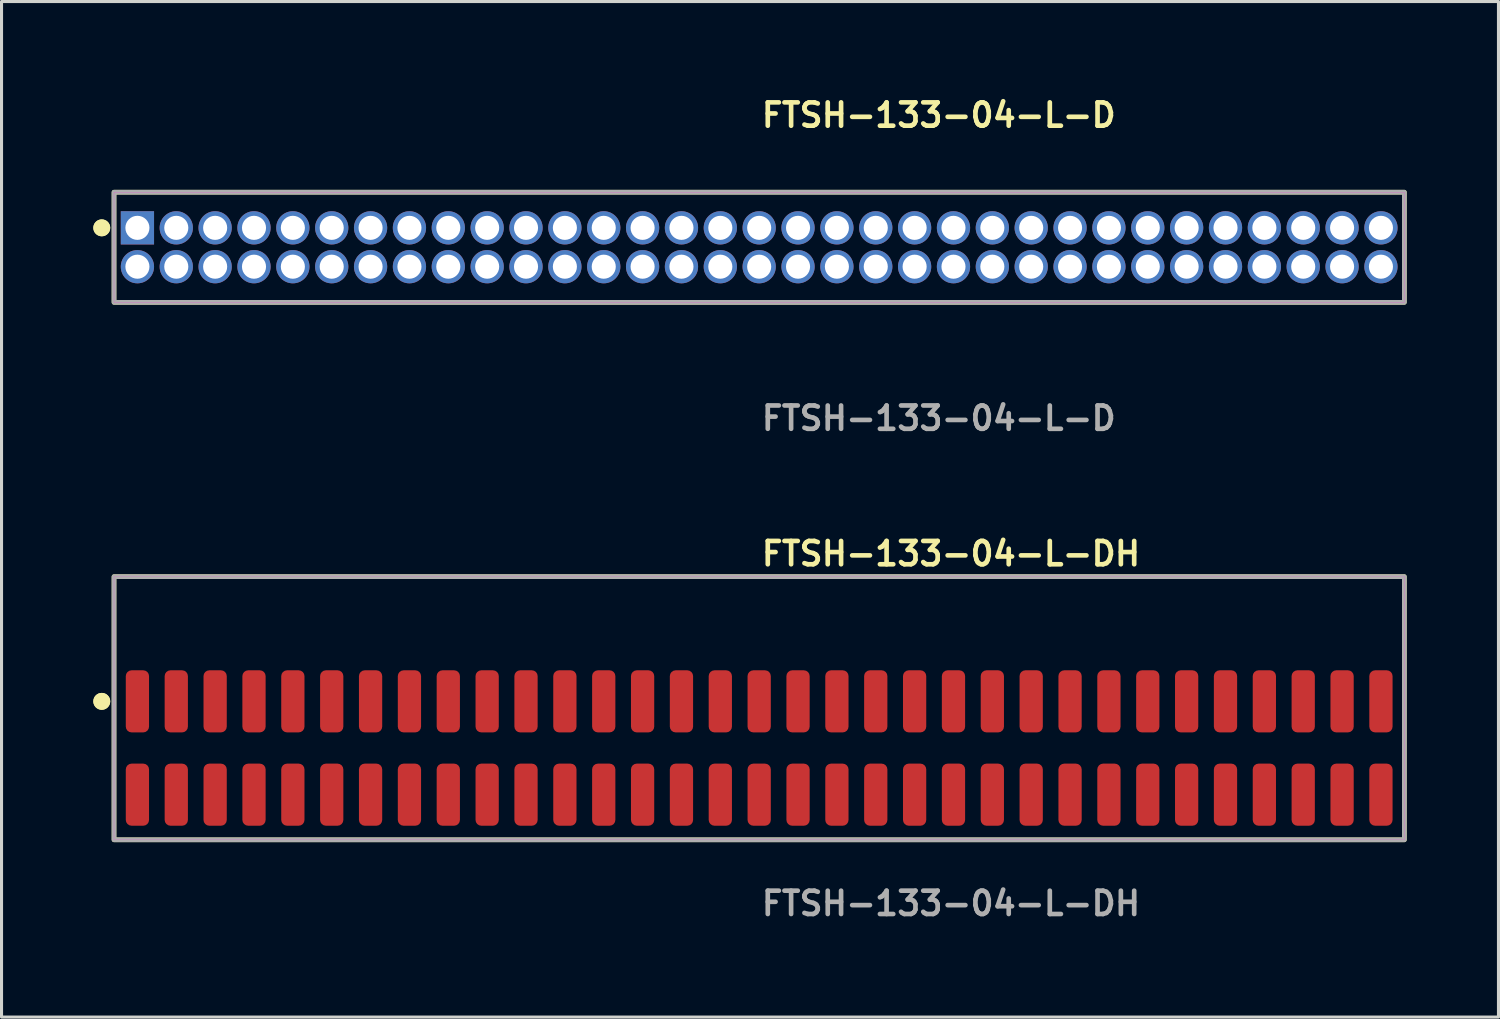
<source format=kicad_pcb>
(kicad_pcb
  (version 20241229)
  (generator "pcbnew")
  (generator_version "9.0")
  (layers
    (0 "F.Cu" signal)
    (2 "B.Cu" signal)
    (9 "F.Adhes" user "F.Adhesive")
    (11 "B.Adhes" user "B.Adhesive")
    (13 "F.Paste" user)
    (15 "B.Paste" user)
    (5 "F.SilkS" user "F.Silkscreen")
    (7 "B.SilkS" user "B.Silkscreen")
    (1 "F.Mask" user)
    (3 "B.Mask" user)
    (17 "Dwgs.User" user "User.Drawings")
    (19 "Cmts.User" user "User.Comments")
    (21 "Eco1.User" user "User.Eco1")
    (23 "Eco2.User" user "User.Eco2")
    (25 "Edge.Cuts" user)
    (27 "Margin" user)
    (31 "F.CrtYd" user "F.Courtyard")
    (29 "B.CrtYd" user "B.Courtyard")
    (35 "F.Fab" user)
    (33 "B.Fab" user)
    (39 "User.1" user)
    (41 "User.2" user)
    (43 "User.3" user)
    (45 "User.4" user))
  (footprint "FTSH-133-04-L-D"
    (layer "F.Cu")
    (at 21.761 5.031)
    (property "Reference" "FTSH-133-04-L-D" (at 0 -4.318 0) (unlocked yes) (layer "F.SilkS") (effects (font (size 0.762 0.762) (thickness 0.152)) (justify left)))
    (fp_rect (start -21.085 1.8) (end 21.085 -1.8) (stroke (width 0.152) (type solid)) (fill no) (layer "F.SilkS"))
    (fp_circle (center -21.485 -0.635) (end -21.685 -0.635) (stroke (width 0.152) (type solid)) (fill yes) (layer "F.SilkS"))
    (fp_circle (center -21.485 -0.635) (end -21.685 -0.635) (stroke (width 0.152) (type solid)) (fill yes) (layer "F.SilkS"))
    (fp_rect (start -21.085 1.8) (end 21.085 -1.8) (stroke (width 0.006) (type solid)) (fill no) (layer "F.CrtYd"))
    (fp_rect (start -21.085 1.8) (end 21.085 -1.8) (stroke (width 0.152) (type solid)) (fill no) (layer "F.Fab"))
    (fp_text user "${REFERENCE}" (at 0 5.588 0) (unlocked yes) (layer "F.Fab") (effects (font (size 0.762 0.762) (thickness 0.152)) (justify left)))
    (pad "1" thru_hole rect (at -20.32 -0.635) (size 1.087 1.087) (drill 0.787) (layers "*.Cu" "*.Mask"))
    (pad "2" thru_hole circle (at -20.32 0.635) (size 1.087 1.087) (drill 0.787) (layers "*.Cu" "*.Mask"))
    (pad "3" thru_hole circle (at -19.05 -0.635) (size 1.087 1.087) (drill 0.787) (layers "*.Cu" "*.Mask"))
    (pad "4" thru_hole circle (at -19.05 0.635) (size 1.087 1.087) (drill 0.787) (layers "*.Cu" "*.Mask"))
    (pad "5" thru_hole circle (at -17.78 -0.635) (size 1.087 1.087) (drill 0.787) (layers "*.Cu" "*.Mask"))
    (pad "6" thru_hole circle (at -17.78 0.635) (size 1.087 1.087) (drill 0.787) (layers "*.Cu" "*.Mask"))
    (pad "7" thru_hole circle (at -16.51 -0.635) (size 1.087 1.087) (drill 0.787) (layers "*.Cu" "*.Mask"))
    (pad "8" thru_hole circle (at -16.51 0.635) (size 1.087 1.087) (drill 0.787) (layers "*.Cu" "*.Mask"))
    (pad "9" thru_hole circle (at -15.24 -0.635) (size 1.087 1.087) (drill 0.787) (layers "*.Cu" "*.Mask"))
    (pad "10" thru_hole circle (at -15.24 0.635) (size 1.087 1.087) (drill 0.787) (layers "*.Cu" "*.Mask"))
    (pad "11" thru_hole circle (at -13.97 -0.635) (size 1.087 1.087) (drill 0.787) (layers "*.Cu" "*.Mask"))
    (pad "12" thru_hole circle (at -13.97 0.635) (size 1.087 1.087) (drill 0.787) (layers "*.Cu" "*.Mask"))
    (pad "13" thru_hole circle (at -12.7 -0.635) (size 1.087 1.087) (drill 0.787) (layers "*.Cu" "*.Mask"))
    (pad "14" thru_hole circle (at -12.7 0.635) (size 1.087 1.087) (drill 0.787) (layers "*.Cu" "*.Mask"))
    (pad "15" thru_hole circle (at -11.43 -0.635) (size 1.087 1.087) (drill 0.787) (layers "*.Cu" "*.Mask"))
    (pad "16" thru_hole circle (at -11.43 0.635) (size 1.087 1.087) (drill 0.787) (layers "*.Cu" "*.Mask"))
    (pad "17" thru_hole circle (at -10.16 -0.635) (size 1.087 1.087) (drill 0.787) (layers "*.Cu" "*.Mask"))
    (pad "18" thru_hole circle (at -10.16 0.635) (size 1.087 1.087) (drill 0.787) (layers "*.Cu" "*.Mask"))
    (pad "19" thru_hole circle (at -8.89 -0.635) (size 1.087 1.087) (drill 0.787) (layers "*.Cu" "*.Mask"))
    (pad "20" thru_hole circle (at -8.89 0.635) (size 1.087 1.087) (drill 0.787) (layers "*.Cu" "*.Mask"))
    (pad "21" thru_hole circle (at -7.62 -0.635) (size 1.087 1.087) (drill 0.787) (layers "*.Cu" "*.Mask"))
    (pad "22" thru_hole circle (at -7.62 0.635) (size 1.087 1.087) (drill 0.787) (layers "*.Cu" "*.Mask"))
    (pad "23" thru_hole circle (at -6.35 -0.635) (size 1.087 1.087) (drill 0.787) (layers "*.Cu" "*.Mask"))
    (pad "24" thru_hole circle (at -6.35 0.635) (size 1.087 1.087) (drill 0.787) (layers "*.Cu" "*.Mask"))
    (pad "25" thru_hole circle (at -5.08 -0.635) (size 1.087 1.087) (drill 0.787) (layers "*.Cu" "*.Mask"))
    (pad "26" thru_hole circle (at -5.08 0.635) (size 1.087 1.087) (drill 0.787) (layers "*.Cu" "*.Mask"))
    (pad "27" thru_hole circle (at -3.81 -0.635) (size 1.087 1.087) (drill 0.787) (layers "*.Cu" "*.Mask"))
    (pad "28" thru_hole circle (at -3.81 0.635) (size 1.087 1.087) (drill 0.787) (layers "*.Cu" "*.Mask"))
    (pad "29" thru_hole circle (at -2.54 -0.635) (size 1.087 1.087) (drill 0.787) (layers "*.Cu" "*.Mask"))
    (pad "30" thru_hole circle (at -2.54 0.635) (size 1.087 1.087) (drill 0.787) (layers "*.Cu" "*.Mask"))
    (pad "31" thru_hole circle (at -1.27 -0.635) (size 1.087 1.087) (drill 0.787) (layers "*.Cu" "*.Mask"))
    (pad "32" thru_hole circle (at -1.27 0.635) (size 1.087 1.087) (drill 0.787) (layers "*.Cu" "*.Mask"))
    (pad "33" thru_hole circle (at 0 -0.635) (size 1.087 1.087) (drill 0.787) (layers "*.Cu" "*.Mask"))
    (pad "34" thru_hole circle (at 0 0.635) (size 1.087 1.087) (drill 0.787) (layers "*.Cu" "*.Mask"))
    (pad "35" thru_hole circle (at 1.27 -0.635) (size 1.087 1.087) (drill 0.787) (layers "*.Cu" "*.Mask"))
    (pad "36" thru_hole circle (at 1.27 0.635) (size 1.087 1.087) (drill 0.787) (layers "*.Cu" "*.Mask"))
    (pad "37" thru_hole circle (at 2.54 -0.635) (size 1.087 1.087) (drill 0.787) (layers "*.Cu" "*.Mask"))
    (pad "38" thru_hole circle (at 2.54 0.635) (size 1.087 1.087) (drill 0.787) (layers "*.Cu" "*.Mask"))
    (pad "39" thru_hole circle (at 3.81 -0.635) (size 1.087 1.087) (drill 0.787) (layers "*.Cu" "*.Mask"))
    (pad "40" thru_hole circle (at 3.81 0.635) (size 1.087 1.087) (drill 0.787) (layers "*.Cu" "*.Mask"))
    (pad "41" thru_hole circle (at 5.08 -0.635) (size 1.087 1.087) (drill 0.787) (layers "*.Cu" "*.Mask"))
    (pad "42" thru_hole circle (at 5.08 0.635) (size 1.087 1.087) (drill 0.787) (layers "*.Cu" "*.Mask"))
    (pad "43" thru_hole circle (at 6.35 -0.635) (size 1.087 1.087) (drill 0.787) (layers "*.Cu" "*.Mask"))
    (pad "44" thru_hole circle (at 6.35 0.635) (size 1.087 1.087) (drill 0.787) (layers "*.Cu" "*.Mask"))
    (pad "45" thru_hole circle (at 7.62 -0.635) (size 1.087 1.087) (drill 0.787) (layers "*.Cu" "*.Mask"))
    (pad "46" thru_hole circle (at 7.62 0.635) (size 1.087 1.087) (drill 0.787) (layers "*.Cu" "*.Mask"))
    (pad "47" thru_hole circle (at 8.89 -0.635) (size 1.087 1.087) (drill 0.787) (layers "*.Cu" "*.Mask"))
    (pad "48" thru_hole circle (at 8.89 0.635) (size 1.087 1.087) (drill 0.787) (layers "*.Cu" "*.Mask"))
    (pad "49" thru_hole circle (at 10.16 -0.635) (size 1.087 1.087) (drill 0.787) (layers "*.Cu" "*.Mask"))
    (pad "50" thru_hole circle (at 10.16 0.635) (size 1.087 1.087) (drill 0.787) (layers "*.Cu" "*.Mask"))
    (pad "51" thru_hole circle (at 11.43 -0.635) (size 1.087 1.087) (drill 0.787) (layers "*.Cu" "*.Mask"))
    (pad "52" thru_hole circle (at 11.43 0.635) (size 1.087 1.087) (drill 0.787) (layers "*.Cu" "*.Mask"))
    (pad "53" thru_hole circle (at 12.7 -0.635) (size 1.087 1.087) (drill 0.787) (layers "*.Cu" "*.Mask"))
    (pad "54" thru_hole circle (at 12.7 0.635) (size 1.087 1.087) (drill 0.787) (layers "*.Cu" "*.Mask"))
    (pad "55" thru_hole circle (at 13.97 -0.635) (size 1.087 1.087) (drill 0.787) (layers "*.Cu" "*.Mask"))
    (pad "56" thru_hole circle (at 13.97 0.635) (size 1.087 1.087) (drill 0.787) (layers "*.Cu" "*.Mask"))
    (pad "57" thru_hole circle (at 15.24 -0.635) (size 1.087 1.087) (drill 0.787) (layers "*.Cu" "*.Mask"))
    (pad "58" thru_hole circle (at 15.24 0.635) (size 1.087 1.087) (drill 0.787) (layers "*.Cu" "*.Mask"))
    (pad "59" thru_hole circle (at 16.51 -0.635) (size 1.087 1.087) (drill 0.787) (layers "*.Cu" "*.Mask"))
    (pad "60" thru_hole circle (at 16.51 0.635) (size 1.087 1.087) (drill 0.787) (layers "*.Cu" "*.Mask"))
    (pad "61" thru_hole circle (at 17.78 -0.635) (size 1.087 1.087) (drill 0.787) (layers "*.Cu" "*.Mask"))
    (pad "62" thru_hole circle (at 17.78 0.635) (size 1.087 1.087) (drill 0.787) (layers "*.Cu" "*.Mask"))
    (pad "63" thru_hole circle (at 19.05 -0.635) (size 1.087 1.087) (drill 0.787) (layers "*.Cu" "*.Mask"))
    (pad "64" thru_hole circle (at 19.05 0.635) (size 1.087 1.087) (drill 0.787) (layers "*.Cu" "*.Mask"))
    (pad "65" thru_hole circle (at 20.32 -0.635) (size 1.087 1.087) (drill 0.787) (layers "*.Cu" "*.Mask"))
    (pad "66" thru_hole circle (at 20.32 0.635) (size 1.087 1.087) (drill 0.787) (layers "*.Cu" "*.Mask")))
  (footprint "FTSH-133-04-L-DH"
    (layer "F.Cu")
    (at 21.761 21.396)
    (property "Reference" "FTSH-133-04-L-DH" (at 0 -6.35 0) (unlocked yes) (layer "F.SilkS") (effects (font (size 0.762 0.762) (thickness 0.152)) (justify left)))
    (fp_rect (start -21.085 3) (end 21.085 -5.6) (stroke (width 0.152) (type solid)) (fill no) (layer "F.SilkS"))
    (fp_circle (center -21.485 -1.525) (end -21.685 -1.525) (stroke (width 0.152) (type solid)) (fill yes) (layer "F.SilkS"))
    (fp_circle (center -21.485 -1.525) (end -21.685 -1.525) (stroke (width 0.152) (type solid)) (fill yes) (layer "F.SilkS"))
    (fp_rect (start -21.085 3) (end 21.085 -5.6) (stroke (width 0.006) (type solid)) (fill no) (layer "F.CrtYd"))
    (fp_rect (start -21.085 3) (end 21.085 -5.6) (stroke (width 0.152) (type solid)) (fill no) (layer "F.Fab"))
    (fp_text user "${REFERENCE}" (at 0 5.08 0) (unlocked yes) (layer "F.Fab") (effects (font (size 0.762 0.762) (thickness 0.152)) (justify left)))
    (pad "1" smd roundrect (at -20.32 -1.525) (size 0.76 2.03) (layers "F.Cu" "F.Paste") (roundrect_rratio 0.25))
    (pad "2" smd roundrect (at -20.32 1.525) (size 0.76 2.03) (layers "F.Cu" "F.Paste") (roundrect_rratio 0.25))
    (pad "3" smd roundrect (at -19.05 -1.525) (size 0.76 2.03) (layers "F.Cu" "F.Paste") (roundrect_rratio 0.25))
    (pad "4" smd roundrect (at -19.05 1.525) (size 0.76 2.03) (layers "F.Cu" "F.Paste") (roundrect_rratio 0.25))
    (pad "5" smd roundrect (at -17.78 -1.525) (size 0.76 2.03) (layers "F.Cu" "F.Paste") (roundrect_rratio 0.25))
    (pad "6" smd roundrect (at -17.78 1.525) (size 0.76 2.03) (layers "F.Cu" "F.Paste") (roundrect_rratio 0.25))
    (pad "7" smd roundrect (at -16.51 -1.525) (size 0.76 2.03) (layers "F.Cu" "F.Paste") (roundrect_rratio 0.25))
    (pad "8" smd roundrect (at -16.51 1.525) (size 0.76 2.03) (layers "F.Cu" "F.Paste") (roundrect_rratio 0.25))
    (pad "9" smd roundrect (at -15.24 -1.525) (size 0.76 2.03) (layers "F.Cu" "F.Paste") (roundrect_rratio 0.25))
    (pad "10" smd roundrect (at -15.24 1.525) (size 0.76 2.03) (layers "F.Cu" "F.Paste") (roundrect_rratio 0.25))
    (pad "11" smd roundrect (at -13.97 -1.525) (size 0.76 2.03) (layers "F.Cu" "F.Paste") (roundrect_rratio 0.25))
    (pad "12" smd roundrect (at -13.97 1.525) (size 0.76 2.03) (layers "F.Cu" "F.Paste") (roundrect_rratio 0.25))
    (pad "13" smd roundrect (at -12.7 -1.525) (size 0.76 2.03) (layers "F.Cu" "F.Paste") (roundrect_rratio 0.25))
    (pad "14" smd roundrect (at -12.7 1.525) (size 0.76 2.03) (layers "F.Cu" "F.Paste") (roundrect_rratio 0.25))
    (pad "15" smd roundrect (at -11.43 -1.525) (size 0.76 2.03) (layers "F.Cu" "F.Paste") (roundrect_rratio 0.25))
    (pad "16" smd roundrect (at -11.43 1.525) (size 0.76 2.03) (layers "F.Cu" "F.Paste") (roundrect_rratio 0.25))
    (pad "17" smd roundrect (at -10.16 -1.525) (size 0.76 2.03) (layers "F.Cu" "F.Paste") (roundrect_rratio 0.25))
    (pad "18" smd roundrect (at -10.16 1.525) (size 0.76 2.03) (layers "F.Cu" "F.Paste") (roundrect_rratio 0.25))
    (pad "19" smd roundrect (at -8.89 -1.525) (size 0.76 2.03) (layers "F.Cu" "F.Paste") (roundrect_rratio 0.25))
    (pad "20" smd roundrect (at -8.89 1.525) (size 0.76 2.03) (layers "F.Cu" "F.Paste") (roundrect_rratio 0.25))
    (pad "21" smd roundrect (at -7.62 -1.525) (size 0.76 2.03) (layers "F.Cu" "F.Paste") (roundrect_rratio 0.25))
    (pad "22" smd roundrect (at -7.62 1.525) (size 0.76 2.03) (layers "F.Cu" "F.Paste") (roundrect_rratio 0.25))
    (pad "23" smd roundrect (at -6.35 -1.525) (size 0.76 2.03) (layers "F.Cu" "F.Paste") (roundrect_rratio 0.25))
    (pad "24" smd roundrect (at -6.35 1.525) (size 0.76 2.03) (layers "F.Cu" "F.Paste") (roundrect_rratio 0.25))
    (pad "25" smd roundrect (at -5.08 -1.525) (size 0.76 2.03) (layers "F.Cu" "F.Paste") (roundrect_rratio 0.25))
    (pad "26" smd roundrect (at -5.08 1.525) (size 0.76 2.03) (layers "F.Cu" "F.Paste") (roundrect_rratio 0.25))
    (pad "27" smd roundrect (at -3.81 -1.525) (size 0.76 2.03) (layers "F.Cu" "F.Paste") (roundrect_rratio 0.25))
    (pad "28" smd roundrect (at -3.81 1.525) (size 0.76 2.03) (layers "F.Cu" "F.Paste") (roundrect_rratio 0.25))
    (pad "29" smd roundrect (at -2.54 -1.525) (size 0.76 2.03) (layers "F.Cu" "F.Paste") (roundrect_rratio 0.25))
    (pad "30" smd roundrect (at -2.54 1.525) (size 0.76 2.03) (layers "F.Cu" "F.Paste") (roundrect_rratio 0.25))
    (pad "31" smd roundrect (at -1.27 -1.525) (size 0.76 2.03) (layers "F.Cu" "F.Paste") (roundrect_rratio 0.25))
    (pad "32" smd roundrect (at -1.27 1.525) (size 0.76 2.03) (layers "F.Cu" "F.Paste") (roundrect_rratio 0.25))
    (pad "33" smd roundrect (at 0 -1.525) (size 0.76 2.03) (layers "F.Cu" "F.Paste") (roundrect_rratio 0.25))
    (pad "34" smd roundrect (at 0 1.525) (size 0.76 2.03) (layers "F.Cu" "F.Paste") (roundrect_rratio 0.25))
    (pad "35" smd roundrect (at 1.27 -1.525) (size 0.76 2.03) (layers "F.Cu" "F.Paste") (roundrect_rratio 0.25))
    (pad "36" smd roundrect (at 1.27 1.525) (size 0.76 2.03) (layers "F.Cu" "F.Paste") (roundrect_rratio 0.25))
    (pad "37" smd roundrect (at 2.54 -1.525) (size 0.76 2.03) (layers "F.Cu" "F.Paste") (roundrect_rratio 0.25))
    (pad "38" smd roundrect (at 2.54 1.525) (size 0.76 2.03) (layers "F.Cu" "F.Paste") (roundrect_rratio 0.25))
    (pad "39" smd roundrect (at 3.81 -1.525) (size 0.76 2.03) (layers "F.Cu" "F.Paste") (roundrect_rratio 0.25))
    (pad "40" smd roundrect (at 3.81 1.525) (size 0.76 2.03) (layers "F.Cu" "F.Paste") (roundrect_rratio 0.25))
    (pad "41" smd roundrect (at 5.08 -1.525) (size 0.76 2.03) (layers "F.Cu" "F.Paste") (roundrect_rratio 0.25))
    (pad "42" smd roundrect (at 5.08 1.525) (size 0.76 2.03) (layers "F.Cu" "F.Paste") (roundrect_rratio 0.25))
    (pad "43" smd roundrect (at 6.35 -1.525) (size 0.76 2.03) (layers "F.Cu" "F.Paste") (roundrect_rratio 0.25))
    (pad "44" smd roundrect (at 6.35 1.525) (size 0.76 2.03) (layers "F.Cu" "F.Paste") (roundrect_rratio 0.25))
    (pad "45" smd roundrect (at 7.62 -1.525) (size 0.76 2.03) (layers "F.Cu" "F.Paste") (roundrect_rratio 0.25))
    (pad "46" smd roundrect (at 7.62 1.525) (size 0.76 2.03) (layers "F.Cu" "F.Paste") (roundrect_rratio 0.25))
    (pad "47" smd roundrect (at 8.89 -1.525) (size 0.76 2.03) (layers "F.Cu" "F.Paste") (roundrect_rratio 0.25))
    (pad "48" smd roundrect (at 8.89 1.525) (size 0.76 2.03) (layers "F.Cu" "F.Paste") (roundrect_rratio 0.25))
    (pad "49" smd roundrect (at 10.16 -1.525) (size 0.76 2.03) (layers "F.Cu" "F.Paste") (roundrect_rratio 0.25))
    (pad "50" smd roundrect (at 10.16 1.525) (size 0.76 2.03) (layers "F.Cu" "F.Paste") (roundrect_rratio 0.25))
    (pad "51" smd roundrect (at 11.43 -1.525) (size 0.76 2.03) (layers "F.Cu" "F.Paste") (roundrect_rratio 0.25))
    (pad "52" smd roundrect (at 11.43 1.525) (size 0.76 2.03) (layers "F.Cu" "F.Paste") (roundrect_rratio 0.25))
    (pad "53" smd roundrect (at 12.7 -1.525) (size 0.76 2.03) (layers "F.Cu" "F.Paste") (roundrect_rratio 0.25))
    (pad "54" smd roundrect (at 12.7 1.525) (size 0.76 2.03) (layers "F.Cu" "F.Paste") (roundrect_rratio 0.25))
    (pad "55" smd roundrect (at 13.97 -1.525) (size 0.76 2.03) (layers "F.Cu" "F.Paste") (roundrect_rratio 0.25))
    (pad "56" smd roundrect (at 13.97 1.525) (size 0.76 2.03) (layers "F.Cu" "F.Paste") (roundrect_rratio 0.25))
    (pad "57" smd roundrect (at 15.24 -1.525) (size 0.76 2.03) (layers "F.Cu" "F.Paste") (roundrect_rratio 0.25))
    (pad "58" smd roundrect (at 15.24 1.525) (size 0.76 2.03) (layers "F.Cu" "F.Paste") (roundrect_rratio 0.25))
    (pad "59" smd roundrect (at 16.51 -1.525) (size 0.76 2.03) (layers "F.Cu" "F.Paste") (roundrect_rratio 0.25))
    (pad "60" smd roundrect (at 16.51 1.525) (size 0.76 2.03) (layers "F.Cu" "F.Paste") (roundrect_rratio 0.25))
    (pad "61" smd roundrect (at 17.78 -1.525) (size 0.76 2.03) (layers "F.Cu" "F.Paste") (roundrect_rratio 0.25))
    (pad "62" smd roundrect (at 17.78 1.525) (size 0.76 2.03) (layers "F.Cu" "F.Paste") (roundrect_rratio 0.25))
    (pad "63" smd roundrect (at 19.05 -1.525) (size 0.76 2.03) (layers "F.Cu" "F.Paste") (roundrect_rratio 0.25))
    (pad "64" smd roundrect (at 19.05 1.525) (size 0.76 2.03) (layers "F.Cu" "F.Paste") (roundrect_rratio 0.25))
    (pad "65" smd roundrect (at 20.32 -1.525) (size 0.76 2.03) (layers "F.Cu" "F.Paste") (roundrect_rratio 0.25))
    (pad "66" smd roundrect (at 20.32 1.525) (size 0.76 2.03) (layers "F.Cu" "F.Paste") (roundrect_rratio 0.25)))
  (gr_rect
    (start -3 -3)
    (end 45.922 30.189)
    (stroke (width 0.1) (type default))
    (fill no)
    (layer "Edge.Cuts")))
</source>
